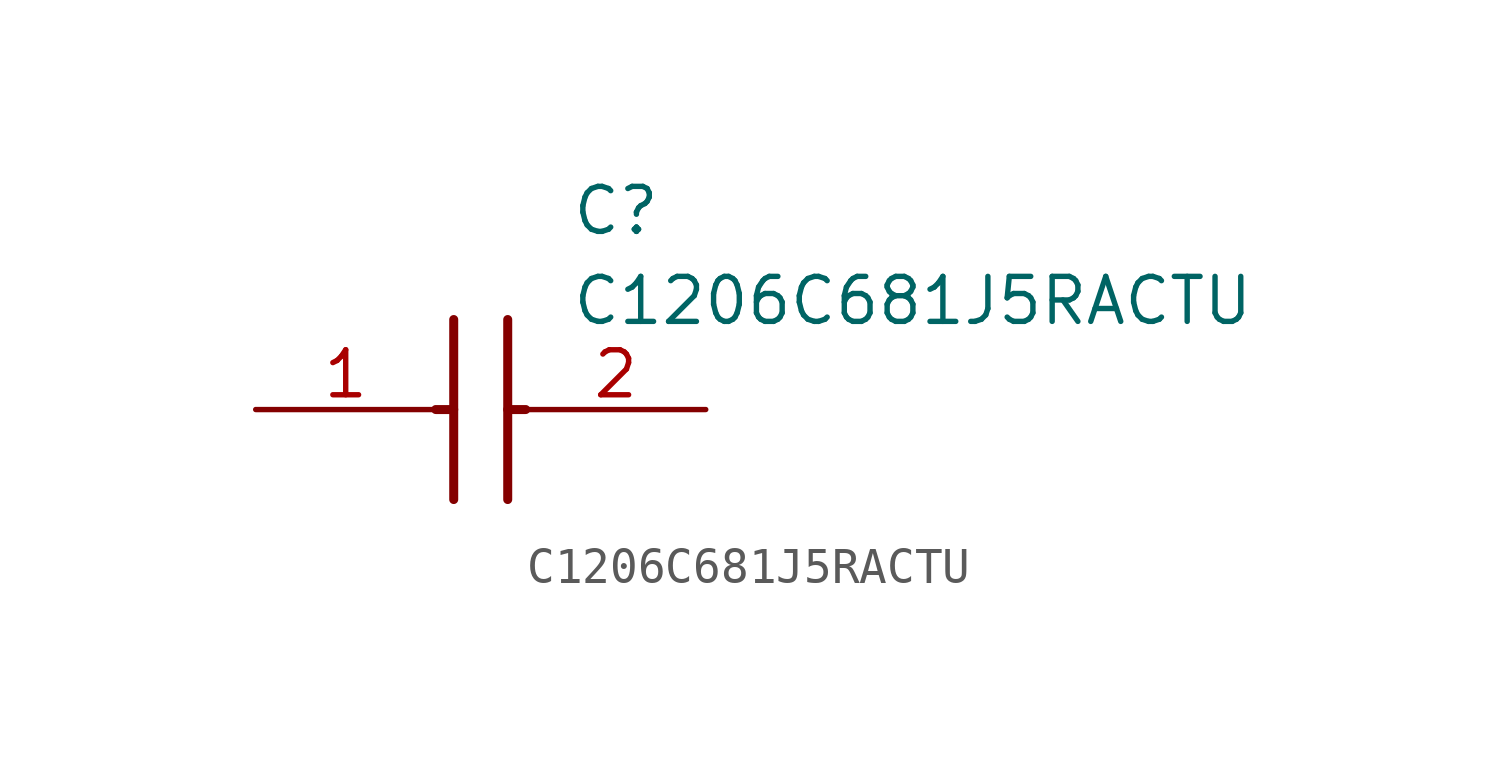
<source format=kicad_sym>
(kicad_symbol_lib
  (version 20211014)
  (generator SamacSys_ECAD_Model)
  (symbol "C1206C681J5RACTU"
    (pin_names hide)
    (property "Reference" "C"
      (at 8.89 6.35 0)
      (effects (font (size 1.27 1.27)) (justify left top)))
    (property "Value" "C1206C681J5RACTU"
      (at 8.89 3.81 0)
      (effects (font (size 1.27 1.27)) (justify left top)))
    (polyline
      (pts (xy 5.588 2.54) (xy 5.588 -2.54))
      (stroke (width 0.254) (type default))
      (fill (type none)))
    (polyline
      (pts (xy 7.112 2.54) (xy 7.112 -2.54))
      (stroke (width 0.254) (type default))
      (fill (type none)))
    (polyline
      (pts (xy 5.08 0) (xy 5.588 0))
      (stroke (width 0.254) (type default))
      (fill (type none)))
    (polyline
      (pts (xy 7.112 0) (xy 7.62 0))
      (stroke (width 0.254) (type default))
      (fill (type none)))
    (pin passive line
      (at 0 0 0)
      (length 5.08)
      (name "1" (effects (font (size 1.27 1.27))))
      (number "1" (effects (font (size 1.27 1.27)))))
    (pin passive line
      (at 12.7 0 180)
      (length 5.08)
      (name "2" (effects (font (size 1.27 1.27))))
      (number "2" (effects (font (size 1.27 1.27)))))))
</source>
